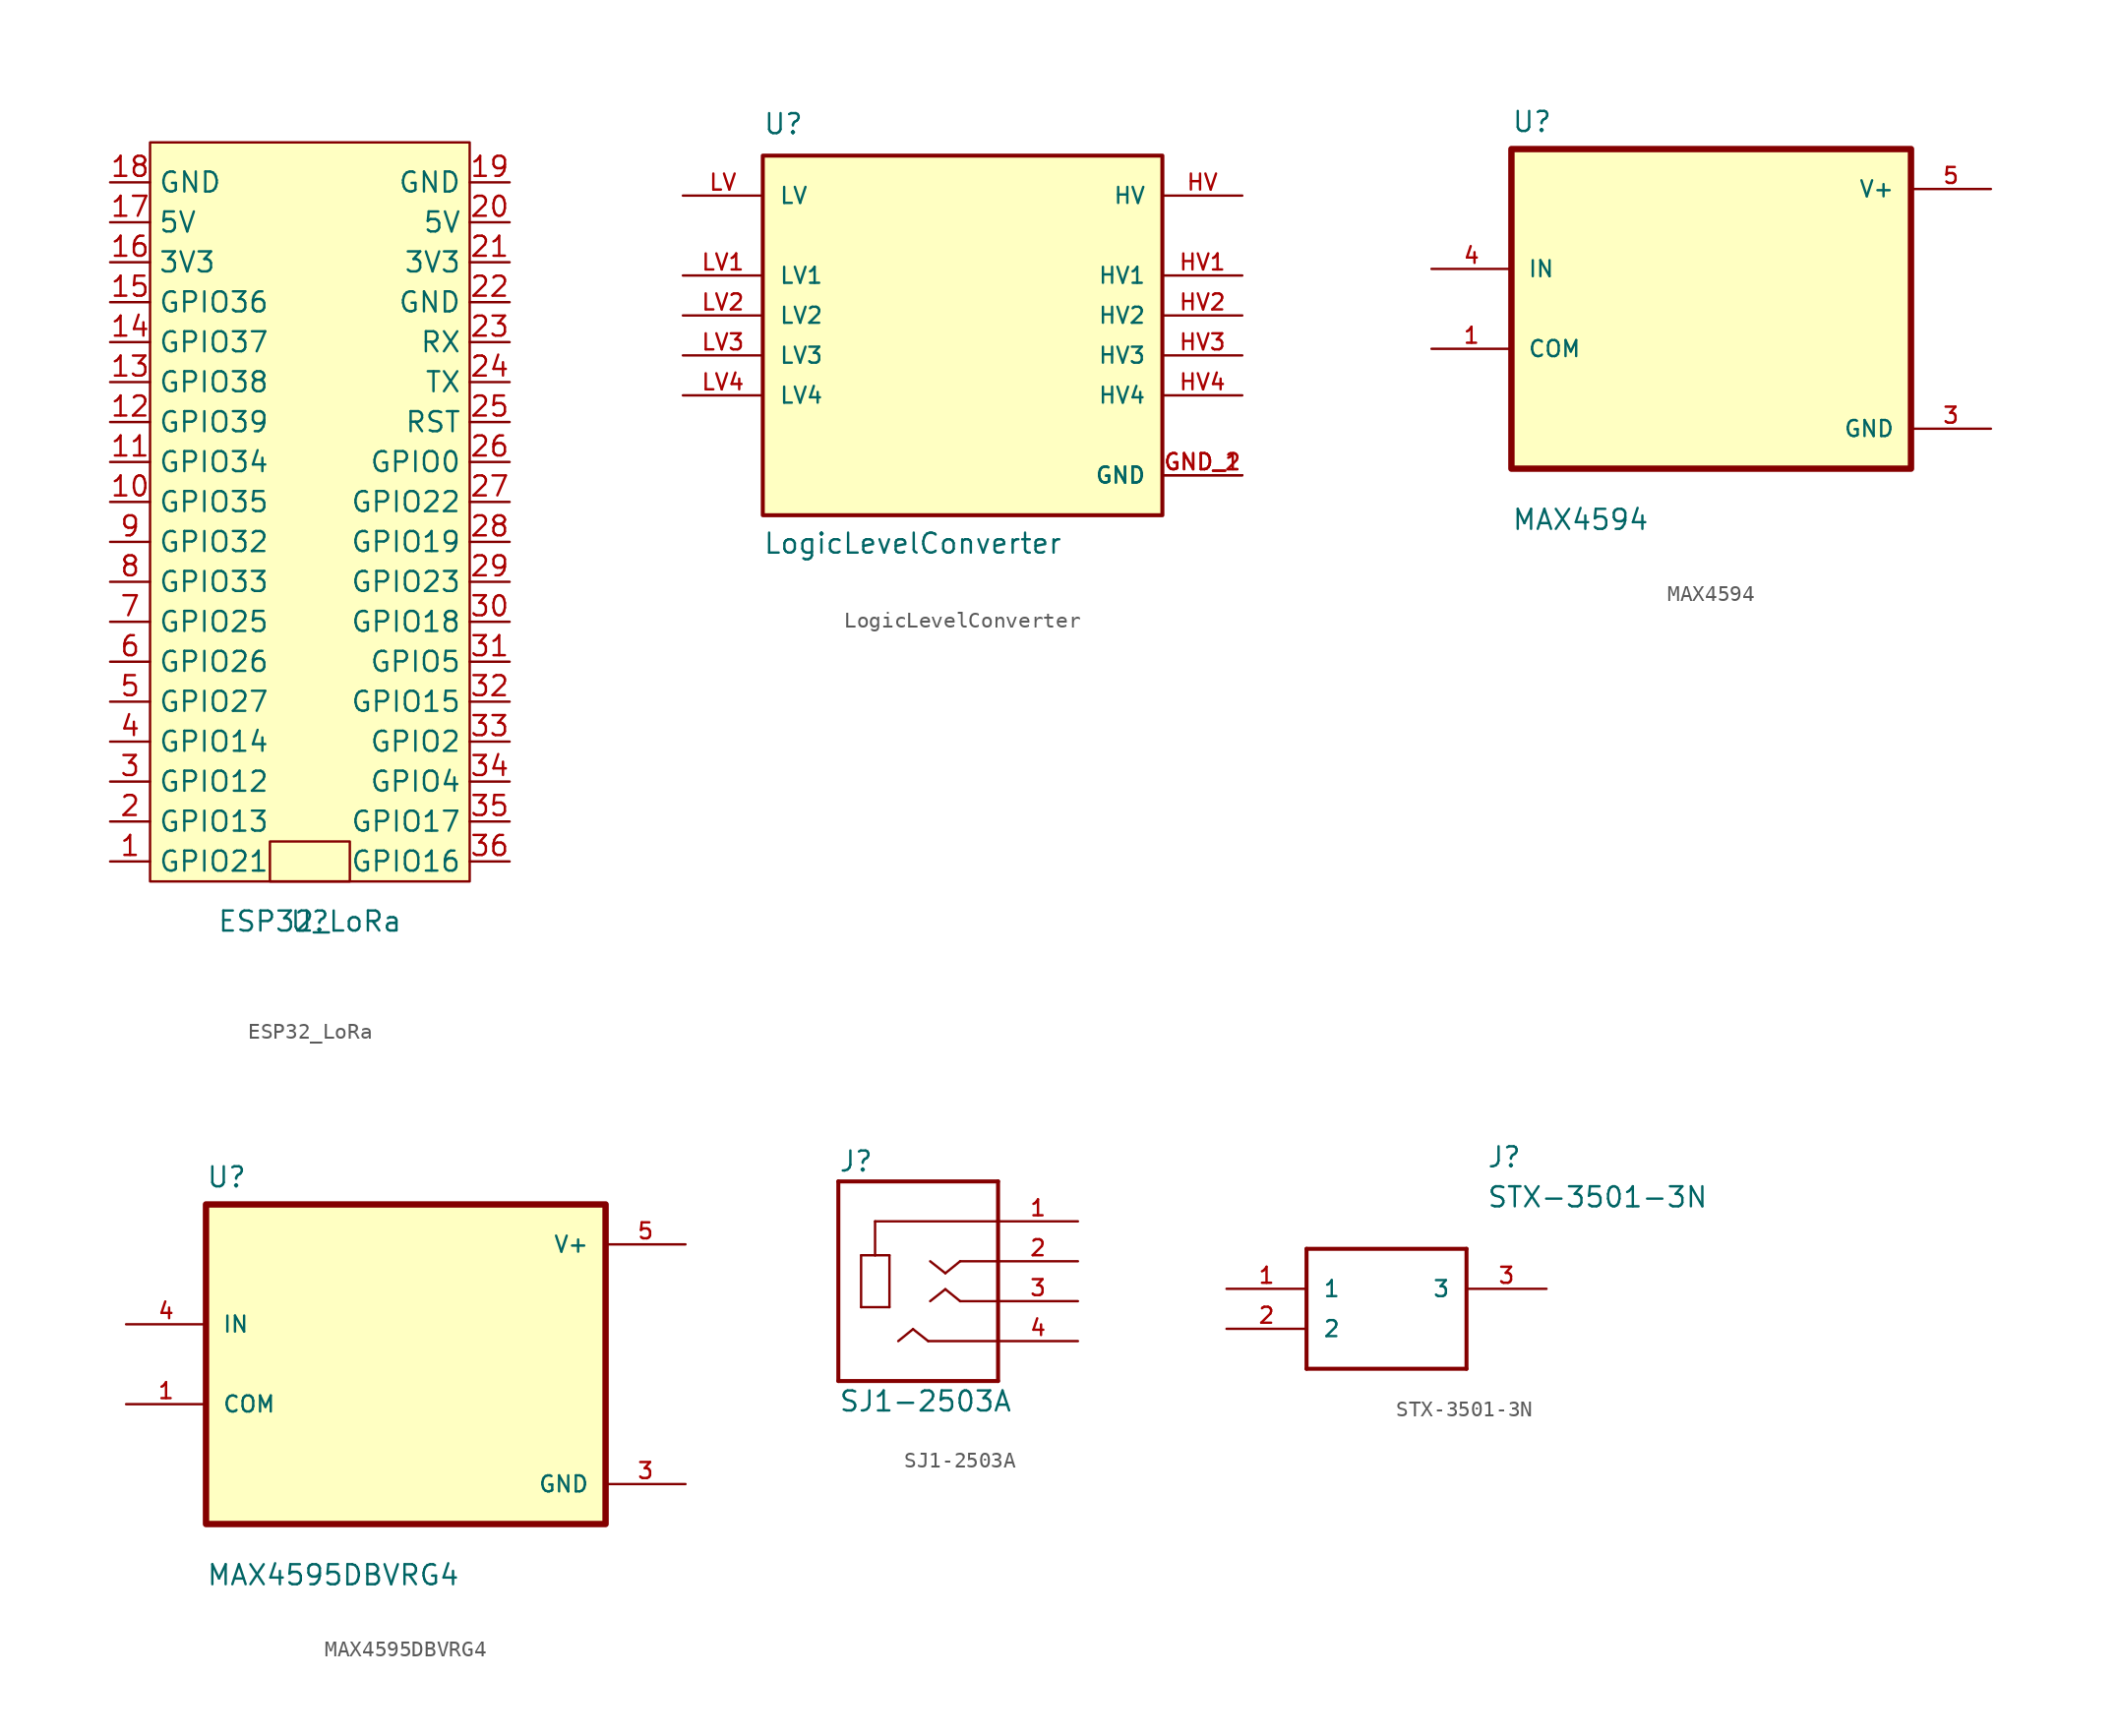
<source format=kicad_sym>
(kicad_symbol_lib
  (version 20211014)
  (generator kicad_symbol_editor)
  (symbol "ESP32_LoRa"
    (property "Reference" "U"
      (at 0 0 0)
      (effects (font (size 1.27 1.27))))
    (property "Value" "ESP32_LoRa"
      (at 0 0 0)
      (effects (font (size 1.27 1.27))))
    (symbol "ESP32_LoRa_0_1"
      (rectangle (start -10.16 49.53) (end 10.16 2.54) (stroke (width 0) (type default) (color 0 0 0 0)) (fill (type background)))
      (rectangle (start -2.54 2.54) (end 2.54 5.08) (stroke (width 0) (type default) (color 0 0 0 0)) (fill (type none))))
    (symbol "ESP32_LoRa_1_1"
      (pin input line (at -12.7 3.81 0) (length 2.54) (name "GPIO21" (effects (font (size 1.27 1.27)))) (number "1" (effects (font (size 1.27 1.27)))))
      (pin input line (at -12.7 26.67 0) (length 2.54) (name "GPIO35" (effects (font (size 1.27 1.27)))) (number "10" (effects (font (size 1.27 1.27)))))
      (pin input line (at -12.7 29.21 0) (length 2.54) (name "GPIO34" (effects (font (size 1.27 1.27)))) (number "11" (effects (font (size 1.27 1.27)))))
      (pin input line (at -12.7 31.75 0) (length 2.54) (name "GPIO39" (effects (font (size 1.27 1.27)))) (number "12" (effects (font (size 1.27 1.27)))))
      (pin input line (at -12.7 34.29 0) (length 2.54) (name "GPIO38" (effects (font (size 1.27 1.27)))) (number "13" (effects (font (size 1.27 1.27)))))
      (pin input line (at -12.7 36.83 0) (length 2.54) (name "GPIO37" (effects (font (size 1.27 1.27)))) (number "14" (effects (font (size 1.27 1.27)))))
      (pin input line (at -12.7 39.37 0) (length 2.54) (name "GPIO36" (effects (font (size 1.27 1.27)))) (number "15" (effects (font (size 1.27 1.27)))))
      (pin power_in line (at -12.7 41.91 0) (length 2.54) (name "3V3" (effects (font (size 1.27 1.27)))) (number "16" (effects (font (size 1.27 1.27)))))
      (pin power_in line (at -12.7 44.45 0) (length 2.54) (name "5V" (effects (font (size 1.27 1.27)))) (number "17" (effects (font (size 1.27 1.27)))))
      (pin power_in line (at -12.7 46.99 0) (length 2.54) (name "GND" (effects (font (size 1.27 1.27)))) (number "18" (effects (font (size 1.27 1.27)))))
      (pin power_in line (at 12.7 46.99 180) (length 2.54) (name "GND" (effects (font (size 1.27 1.27)))) (number "19" (effects (font (size 1.27 1.27)))))
      (pin input line (at -12.7 6.35 0) (length 2.54) (name "GPIO13" (effects (font (size 1.27 1.27)))) (number "2" (effects (font (size 1.27 1.27)))))
      (pin power_in line (at 12.7 44.45 180) (length 2.54) (name "5V" (effects (font (size 1.27 1.27)))) (number "20" (effects (font (size 1.27 1.27)))))
      (pin power_in line (at 12.7 41.91 180) (length 2.54) (name "3V3" (effects (font (size 1.27 1.27)))) (number "21" (effects (font (size 1.27 1.27)))))
      (pin power_in line (at 12.7 39.37 180) (length 2.54) (name "GND" (effects (font (size 1.27 1.27)))) (number "22" (effects (font (size 1.27 1.27)))))
      (pin input line (at 12.7 36.83 180) (length 2.54) (name "RX" (effects (font (size 1.27 1.27)))) (number "23" (effects (font (size 1.27 1.27)))))
      (pin input line (at 12.7 34.29 180) (length 2.54) (name "TX" (effects (font (size 1.27 1.27)))) (number "24" (effects (font (size 1.27 1.27)))))
      (pin input line (at 12.7 31.75 180) (length 2.54) (name "RST" (effects (font (size 1.27 1.27)))) (number "25" (effects (font (size 1.27 1.27)))))
      (pin input line (at 12.7 29.21 180) (length 2.54) (name "GPIO0" (effects (font (size 1.27 1.27)))) (number "26" (effects (font (size 1.27 1.27)))))
      (pin input line (at 12.7 26.67 180) (length 2.54) (name "GPIO22" (effects (font (size 1.27 1.27)))) (number "27" (effects (font (size 1.27 1.27)))))
      (pin input line (at 12.7 24.13 180) (length 2.54) (name "GPIO19" (effects (font (size 1.27 1.27)))) (number "28" (effects (font (size 1.27 1.27)))))
      (pin input line (at 12.7 21.59 180) (length 2.54) (name "GPIO23" (effects (font (size 1.27 1.27)))) (number "29" (effects (font (size 1.27 1.27)))))
      (pin input line (at -12.7 8.89 0) (length 2.54) (name "GPIO12" (effects (font (size 1.27 1.27)))) (number "3" (effects (font (size 1.27 1.27)))))
      (pin input line (at 12.7 19.05 180) (length 2.54) (name "GPIO18" (effects (font (size 1.27 1.27)))) (number "30" (effects (font (size 1.27 1.27)))))
      (pin input line (at 12.7 16.51 180) (length 2.54) (name "GPIO5" (effects (font (size 1.27 1.27)))) (number "31" (effects (font (size 1.27 1.27)))))
      (pin input line (at 12.7 13.97 180) (length 2.54) (name "GPIO15" (effects (font (size 1.27 1.27)))) (number "32" (effects (font (size 1.27 1.27)))))
      (pin input line (at 12.7 11.43 180) (length 2.54) (name "GPIO2" (effects (font (size 1.27 1.27)))) (number "33" (effects (font (size 1.27 1.27)))))
      (pin input line (at 12.7 8.89 180) (length 2.54) (name "GPIO4" (effects (font (size 1.27 1.27)))) (number "34" (effects (font (size 1.27 1.27)))))
      (pin input line (at 12.7 6.35 180) (length 2.54) (name "GPIO17" (effects (font (size 1.27 1.27)))) (number "35" (effects (font (size 1.27 1.27)))))
      (pin input line (at 12.7 3.81 180) (length 2.54) (name "GPIO16" (effects (font (size 1.27 1.27)))) (number "36" (effects (font (size 1.27 1.27)))))
      (pin input line (at -12.7 11.43 0) (length 2.54) (name "GPIO14" (effects (font (size 1.27 1.27)))) (number "4" (effects (font (size 1.27 1.27)))))
      (pin input line (at -12.7 13.97 0) (length 2.54) (name "GPIO27" (effects (font (size 1.27 1.27)))) (number "5" (effects (font (size 1.27 1.27)))))
      (pin input line (at -12.7 16.51 0) (length 2.54) (name "GPIO26" (effects (font (size 1.27 1.27)))) (number "6" (effects (font (size 1.27 1.27)))))
      (pin input line (at -12.7 19.05 0) (length 2.54) (name "GPIO25" (effects (font (size 1.27 1.27)))) (number "7" (effects (font (size 1.27 1.27)))))
      (pin input line (at -12.7 21.59 0) (length 2.54) (name "GPIO33" (effects (font (size 1.27 1.27)))) (number "8" (effects (font (size 1.27 1.27)))))
      (pin input line (at -12.7 24.13 0) (length 2.54) (name "GPIO32" (effects (font (size 1.27 1.27)))) (number "9" (effects (font (size 1.27 1.27)))))))
  (symbol "LogicLevelConverter"
    (pin_names
      (offset 1.016))
    (property "Reference" "U"
      (at -12.7 11.43 0)
      (effects (font (size 1.27 1.27)) (justify left bottom)))
    (property "Value" "LogicLevelConverter"
      (at -12.7 -15.24 0)
      (effects (font (size 1.27 1.27)) (justify left bottom)))
    (property "ki_locked" ""
      (at 0 0 0)
      (effects (font (size 1.27 1.27))))
    (symbol "LogicLevelConverter_0_0"
      (rectangle (start -12.7 -12.7) (end 12.7 10.16) (stroke (width 0.254) (type default) (color 0 0 0 0)) (fill (type background)))
      (pin power_in line (at 17.78 -10.16 180) (length 5.08) (name "GND" (effects (font (size 1.016 1.016)))) (number "GND_1" (effects (font (size 1.016 1.016)))))
      (pin power_in line (at 17.78 -10.16 180) (length 5.08) (name "GND" (effects (font (size 1.016 1.016)))) (number "GND_2" (effects (font (size 1.016 1.016)))))
      (pin bidirectional line (at 17.78 7.62 180) (length 5.08) (name "HV" (effects (font (size 1.016 1.016)))) (number "HV" (effects (font (size 1.016 1.016)))))
      (pin bidirectional line (at 17.78 2.54 180) (length 5.08) (name "HV1" (effects (font (size 1.016 1.016)))) (number "HV1" (effects (font (size 1.016 1.016)))))
      (pin bidirectional line (at 17.78 0 180) (length 5.08) (name "HV2" (effects (font (size 1.016 1.016)))) (number "HV2" (effects (font (size 1.016 1.016)))))
      (pin bidirectional line (at 17.78 -2.54 180) (length 5.08) (name "HV3" (effects (font (size 1.016 1.016)))) (number "HV3" (effects (font (size 1.016 1.016)))))
      (pin bidirectional line (at 17.78 -5.08 180) (length 5.08) (name "HV4" (effects (font (size 1.016 1.016)))) (number "HV4" (effects (font (size 1.016 1.016)))))
      (pin bidirectional line (at -17.78 7.62 0) (length 5.08) (name "LV" (effects (font (size 1.016 1.016)))) (number "LV" (effects (font (size 1.016 1.016)))))
      (pin bidirectional line (at -17.78 2.54 0) (length 5.08) (name "LV1" (effects (font (size 1.016 1.016)))) (number "LV1" (effects (font (size 1.016 1.016)))))
      (pin bidirectional line (at -17.78 0 0) (length 5.08) (name "LV2" (effects (font (size 1.016 1.016)))) (number "LV2" (effects (font (size 1.016 1.016)))))
      (pin bidirectional line (at -17.78 -2.54 0) (length 5.08) (name "LV3" (effects (font (size 1.016 1.016)))) (number "LV3" (effects (font (size 1.016 1.016)))))
      (pin bidirectional line (at -17.78 -5.08 0) (length 5.08) (name "LV4" (effects (font (size 1.016 1.016)))) (number "LV4" (effects (font (size 1.016 1.016)))))))
  (symbol "MAX4594"
    (pin_names
      (offset 1.016))
    (property "Reference" "U"
      (at -12.7 11.151 0)
      (effects (font (size 1.27 1.27)) (justify left bottom)))
    (property "Value" "MAX4594"
      (at -12.7 -14.148 0)
      (effects (font (size 1.27 1.27)) (justify left bottom)))
    (property "ki_locked" ""
      (at 0 0 0)
      (effects (font (size 1.27 1.27))))
    (symbol "MAX4594_0_0"
      (rectangle (start -12.7 -10.16) (end 12.7 10.16) (stroke (width 0.406) (type default) (color 0 0 0 0)) (fill (type background)))
      (pin bidirectional line (at -17.78 -2.54 0) (length 5.08) (name "COM" (effects (font (size 1.016 1.016)))) (number "1" (effects (font (size 1.016 1.016)))))
      (pin power_in line (at 17.78 -7.62 180) (length 5.08) (name "GND" (effects (font (size 1.016 1.016)))) (number "3" (effects (font (size 1.016 1.016)))))
      (pin input line (at -17.78 2.54 0) (length 5.08) (name "IN" (effects (font (size 1.016 1.016)))) (number "4" (effects (font (size 1.016 1.016)))))
      (pin power_in line (at 17.78 7.62 180) (length 5.08) (name "V+" (effects (font (size 1.016 1.016)))) (number "5" (effects (font (size 1.016 1.016)))))))
  (symbol "MAX4595DBVRG4"
    (pin_names
      (offset 1.016))
    (property "Reference" "U"
      (at -12.7 11.151 0)
      (effects (font (size 1.27 1.27)) (justify left bottom)))
    (property "Value" "MAX4595DBVRG4"
      (at -12.7 -14.148 0)
      (effects (font (size 1.27 1.27)) (justify left bottom)))
    (property "ki_locked" ""
      (at 0 0 0)
      (effects (font (size 1.27 1.27))))
    (symbol "MAX4595DBVRG4_0_0"
      (rectangle (start -12.7 -10.16) (end 12.7 10.16) (stroke (width 0.406) (type default) (color 0 0 0 0)) (fill (type background)))
      (pin bidirectional line (at -17.78 -2.54 0) (length 5.08) (name "COM" (effects (font (size 1.016 1.016)))) (number "1" (effects (font (size 1.016 1.016)))))
      (pin power_in line (at 17.78 -7.62 180) (length 5.08) (name "GND" (effects (font (size 1.016 1.016)))) (number "3" (effects (font (size 1.016 1.016)))))
      (pin input line (at -17.78 2.54 0) (length 5.08) (name "IN" (effects (font (size 1.016 1.016)))) (number "4" (effects (font (size 1.016 1.016)))))
      (pin power_in line (at 17.78 7.62 180) (length 5.08) (name "V+" (effects (font (size 1.016 1.016)))) (number "5" (effects (font (size 1.016 1.016)))))))
  (symbol "SJ1-2503A"
    (pin_names
      (offset 1.016) hide)
    (property "Reference" "J"
      (at -5.08 8.153 0)
      (effects (font (size 1.27 1.27)) (justify left bottom)))
    (property "Value" "SJ1-2503A"
      (at -5.08 -7.112 0)
      (effects (font (size 1.27 1.27)) (justify left bottom)))
    (property "ki_locked" ""
      (at 0 0 0)
      (effects (font (size 1.27 1.27))))
    (symbol "SJ1-2503A_0_0"
      (polyline (pts (xy -5.08 -5.08) (xy 5.08 -5.08)) (stroke (width 0.254) (type default) (color 0 0 0 0)) (fill (type none)))
      (polyline (pts (xy -5.08 7.62) (xy -5.08 -5.08)) (stroke (width 0.254) (type default) (color 0 0 0 0)) (fill (type none)))
      (polyline (pts (xy -3.632 -0.381) (xy -3.632 2.921)) (stroke (width 0.152) (type default) (color 0 0 0 0)) (fill (type none)))
      (polyline (pts (xy -3.632 2.921) (xy -2.743 2.921)) (stroke (width 0.152) (type default) (color 0 0 0 0)) (fill (type none)))
      (polyline (pts (xy -2.743 2.921) (xy -1.829 2.921)) (stroke (width 0.152) (type default) (color 0 0 0 0)) (fill (type none)))
      (polyline (pts (xy -2.743 5.08) (xy -2.743 2.921)) (stroke (width 0.152) (type default) (color 0 0 0 0)) (fill (type none)))
      (polyline (pts (xy -1.829 -0.381) (xy -3.632 -0.381)) (stroke (width 0.152) (type default) (color 0 0 0 0)) (fill (type none)))
      (polyline (pts (xy -1.829 2.921) (xy -1.829 -0.381)) (stroke (width 0.152) (type default) (color 0 0 0 0)) (fill (type none)))
      (polyline (pts (xy -0.33 -1.778) (xy -1.27 -2.54)) (stroke (width 0.152) (type default) (color 0 0 0 0)) (fill (type none)))
      (polyline (pts (xy 0.635 -2.54) (xy -0.33 -1.778)) (stroke (width 0.152) (type default) (color 0 0 0 0)) (fill (type none)))
      (polyline (pts (xy 1.727 0.762) (xy 0.762 0)) (stroke (width 0.152) (type default) (color 0 0 0 0)) (fill (type none)))
      (polyline (pts (xy 1.727 1.778) (xy 0.762 2.54)) (stroke (width 0.152) (type default) (color 0 0 0 0)) (fill (type none)))
      (polyline (pts (xy 2.667 0) (xy 1.727 0.762)) (stroke (width 0.152) (type default) (color 0 0 0 0)) (fill (type none)))
      (polyline (pts (xy 2.667 2.54) (xy 1.727 1.778)) (stroke (width 0.152) (type default) (color 0 0 0 0)) (fill (type none)))
      (polyline (pts (xy 4.953 -2.54) (xy 0.635 -2.54)) (stroke (width 0.152) (type default) (color 0 0 0 0)) (fill (type none)))
      (polyline (pts (xy 4.953 0) (xy 2.667 0)) (stroke (width 0.152) (type default) (color 0 0 0 0)) (fill (type none)))
      (polyline (pts (xy 5.08 -5.08) (xy 5.08 2.54)) (stroke (width 0.254) (type default) (color 0 0 0 0)) (fill (type none)))
      (polyline (pts (xy 5.08 2.54) (xy 2.667 2.54)) (stroke (width 0.152) (type default) (color 0 0 0 0)) (fill (type none)))
      (polyline (pts (xy 5.08 2.54) (xy 5.08 5.08)) (stroke (width 0.254) (type default) (color 0 0 0 0)) (fill (type none)))
      (polyline (pts (xy 5.08 5.08) (xy -2.743 5.08)) (stroke (width 0.152) (type default) (color 0 0 0 0)) (fill (type none)))
      (polyline (pts (xy 5.08 5.08) (xy 5.08 7.62)) (stroke (width 0.254) (type default) (color 0 0 0 0)) (fill (type none)))
      (polyline (pts (xy 5.08 7.62) (xy -5.08 7.62)) (stroke (width 0.254) (type default) (color 0 0 0 0)) (fill (type none)))
      (pin passive line (at 10.16 5.08 180) (length 5.08) (name "~" (effects (font (size 1.016 1.016)))) (number "1" (effects (font (size 1.016 1.016)))))
      (pin passive line (at 10.16 2.54 180) (length 5.08) (name "~" (effects (font (size 1.016 1.016)))) (number "2" (effects (font (size 1.016 1.016)))))
      (pin passive line (at 10.16 0 180) (length 5.08) (name "~" (effects (font (size 1.016 1.016)))) (number "3" (effects (font (size 1.016 1.016)))))
      (pin passive line (at 10.16 -2.54 180) (length 5.08) (name "~" (effects (font (size 1.016 1.016)))) (number "4" (effects (font (size 1.016 1.016)))))))
  (symbol "STX-3501-3N"
    (pin_names
      (offset 1.016))
    (property "Reference" "J"
      (at 16.51 7.62 0)
      (effects (font (size 1.27 1.27)) (justify left bottom)))
    (property "Value" "STX-3501-3N"
      (at 16.51 5.08 0)
      (effects (font (size 1.27 1.27)) (justify left bottom)))
    (property "ki_locked" ""
      (at 0 0 0)
      (effects (font (size 1.27 1.27))))
    (symbol "STX-3501-3N_0_0"
      (polyline (pts (xy 5.08 2.54) (xy 5.08 -5.08)) (stroke (width 0.254) (type default) (color 0 0 0 0)) (fill (type none)))
      (polyline (pts (xy 5.08 2.54) (xy 15.24 2.54)) (stroke (width 0.254) (type default) (color 0 0 0 0)) (fill (type none)))
      (polyline (pts (xy 15.24 -5.08) (xy 5.08 -5.08)) (stroke (width 0.254) (type default) (color 0 0 0 0)) (fill (type none)))
      (polyline (pts (xy 15.24 -5.08) (xy 15.24 2.54)) (stroke (width 0.254) (type default) (color 0 0 0 0)) (fill (type none)))
      (pin bidirectional line (at 0 0 0) (length 5.08) (name "1" (effects (font (size 1.016 1.016)))) (number "1" (effects (font (size 1.016 1.016)))))
      (pin bidirectional line (at 0 -2.54 0) (length 5.08) (name "2" (effects (font (size 1.016 1.016)))) (number "2" (effects (font (size 1.016 1.016)))))
      (pin bidirectional line (at 20.32 0 180) (length 5.08) (name "3" (effects (font (size 1.016 1.016)))) (number "3" (effects (font (size 1.016 1.016))))))))
</source>
